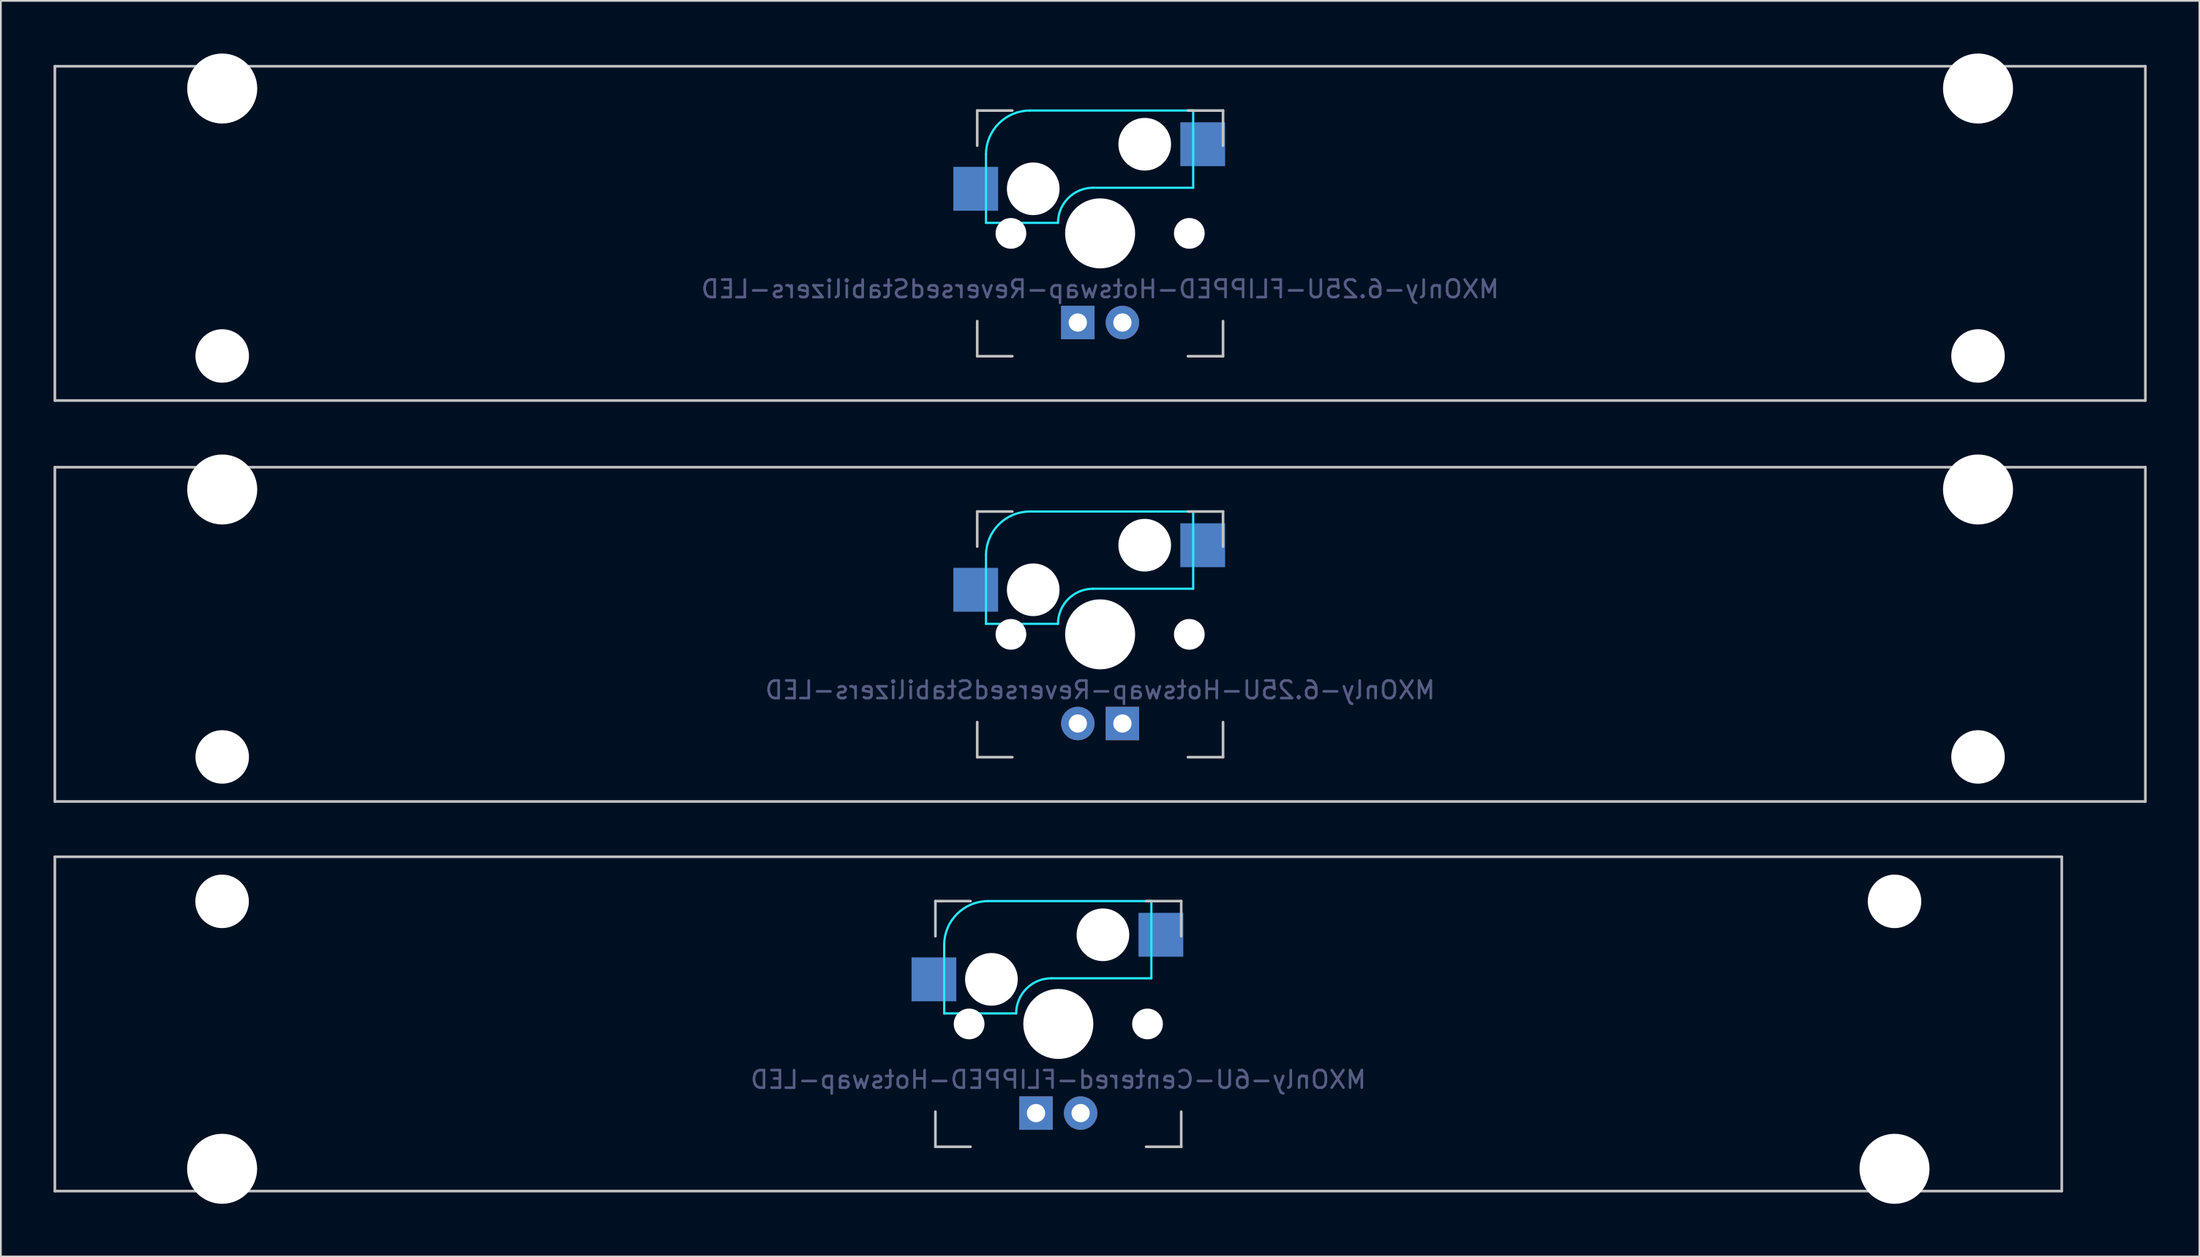
<source format=kicad_pcb>
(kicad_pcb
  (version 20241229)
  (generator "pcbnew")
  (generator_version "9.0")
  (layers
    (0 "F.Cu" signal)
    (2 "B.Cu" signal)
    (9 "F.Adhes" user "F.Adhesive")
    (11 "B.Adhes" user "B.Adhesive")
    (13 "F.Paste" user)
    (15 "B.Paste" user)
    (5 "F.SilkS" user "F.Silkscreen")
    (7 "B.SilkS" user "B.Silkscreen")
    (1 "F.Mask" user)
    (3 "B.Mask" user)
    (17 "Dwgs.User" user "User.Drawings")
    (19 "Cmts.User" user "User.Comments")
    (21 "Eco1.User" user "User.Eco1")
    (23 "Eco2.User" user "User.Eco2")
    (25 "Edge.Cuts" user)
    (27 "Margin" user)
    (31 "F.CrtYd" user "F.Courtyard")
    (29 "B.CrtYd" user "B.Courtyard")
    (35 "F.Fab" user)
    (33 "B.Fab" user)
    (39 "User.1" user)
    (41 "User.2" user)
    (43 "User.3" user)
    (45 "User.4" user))
  (footprint "MXOnly-6.25U-Hotswap-ReversedStabilizers-LED"
    (layer "F.Cu")
    (at 59.606 33.098)
    (property "Reference" "MXOnly-6.25U-Hotswap-ReversedStabilizers-LED" (at 0 3.175 0) (layer "B.Fab") (effects (font (size 1 1) (thickness 0.15)) (justify mirror)))
    (attr through_hole)
    (fp_line (start -59.531 -9.525) (end 59.531 -9.525) (stroke (width 0.15) (type solid)) (layer "Dwgs.User"))
    (fp_line (start -59.531 9.525) (end -59.531 -9.525) (stroke (width 0.15) (type solid)) (layer "Dwgs.User"))
    (fp_line (start -59.531 9.525) (end 59.531 9.525) (stroke (width 0.15) (type solid)) (layer "Dwgs.User"))
    (fp_line (start -7 -7) (end -7 -5) (stroke (width 0.15) (type solid)) (layer "Dwgs.User"))
    (fp_line (start -7 5) (end -7 7) (stroke (width 0.15) (type solid)) (layer "Dwgs.User"))
    (fp_line (start -7 7) (end -5 7) (stroke (width 0.15) (type solid)) (layer "Dwgs.User"))
    (fp_line (start -5 -7) (end -7 -7) (stroke (width 0.15) (type solid)) (layer "Dwgs.User"))
    (fp_line (start 5 -7) (end 7 -7) (stroke (width 0.15) (type solid)) (layer "Dwgs.User"))
    (fp_line (start 5 7) (end 7 7) (stroke (width 0.15) (type solid)) (layer "Dwgs.User"))
    (fp_line (start 7 -7) (end 7 -5) (stroke (width 0.15) (type solid)) (layer "Dwgs.User"))
    (fp_line (start 7 7) (end 7 5) (stroke (width 0.15) (type solid)) (layer "Dwgs.User"))
    (fp_line (start 59.531 -9.525) (end 59.531 9.525) (stroke (width 0.15) (type solid)) (layer "Dwgs.User"))
    (fp_line (start -6.5 -4.5) (end -6.5 -0.6) (stroke (width 0.127) (type solid)) (layer "B.CrtYd"))
    (fp_line (start -6.5 -0.6) (end -2.4 -0.6) (stroke (width 0.127) (type solid)) (layer "B.CrtYd"))
    (fp_line (start -0.4 -2.6) (end 5.3 -2.6) (stroke (width 0.127) (type solid)) (layer "B.CrtYd"))
    (fp_line (start 5.3 -7) (end -4 -7) (stroke (width 0.127) (type solid)) (layer "B.CrtYd"))
    (fp_line (start 5.3 -7) (end 5.3 -2.6) (stroke (width 0.127) (type solid)) (layer "B.CrtYd"))
    (fp_arc (start -6.5 -4.5) (mid -5.767767 -6.267767) (end -4 -7) (stroke (width 0.127) (type solid)) (layer "B.CrtYd"))
    (fp_arc (start -2.4 -0.6) (mid -1.814214 -2.014214) (end -0.4 -2.6) (stroke (width 0.127) (type solid)) (layer "B.CrtYd"))
    (pad "" np_thru_hole circle (at -50 -8.255 180) (size 3.988 3.988) (drill 3.988) (layers "*.Cu" "*.Mask"))
    (pad "" np_thru_hole circle (at -50 6.985 180) (size 3.048 3.048) (drill 3.048) (layers "*.Cu" "*.Mask"))
    (pad "" np_thru_hole circle (at -5.08 0 48.1) (size 1.75 1.75) (drill 1.75) (layers "*.Cu" "*.Mask"))
    (pad "" np_thru_hole circle (at -3.81 -2.54) (size 3 3) (drill 3) (layers "*.Cu" "*.Mask"))
    (pad "" np_thru_hole circle (at 0 0) (size 3.988 3.988) (drill 3.988) (layers "*.Cu" "*.Mask"))
    (pad "" np_thru_hole circle (at 2.54 -5.08) (size 3 3) (drill 3) (layers "*.Cu" "*.Mask"))
    (pad "" np_thru_hole circle (at 5.08 0 48.1) (size 1.75 1.75) (drill 1.75) (layers "*.Cu" "*.Mask"))
    (pad "" np_thru_hole circle (at 50 -8.255 180) (size 3.988 3.988) (drill 3.988) (layers "*.Cu" "*.Mask"))
    (pad "" np_thru_hole circle (at 50 6.985 180) (size 3.048 3.048) (drill 3.048) (layers "*.Cu" "*.Mask"))
    (pad "1" smd rect (at -7.085 -2.54) (size 2.55 2.5) (layers "B.Cu" "B.Mask" "B.Paste"))
    (pad "2" smd rect (at 5.842 -5.08) (size 2.55 2.5) (layers "B.Cu" "B.Mask" "B.Paste"))
    (pad "3" thru_hole circle (at -1.27 5.08) (size 1.905 1.905) (drill 1.04) (layers "*.Cu" "B.Mask"))
    (pad "4" thru_hole rect (at 1.27 5.08) (size 1.905 1.905) (drill 1.04) (layers "*.Cu" "B.Mask")))
  (footprint "MXOnly-6.25U-FLIPPED-Hotswap-ReversedStabilizers-LED"
    (layer "F.Cu")
    (at 59.606 10.249)
    (property "Reference" "MXOnly-6.25U-FLIPPED-Hotswap-ReversedStabilizers-LED" (at 0 3.175 0) (layer "B.Fab") (effects (font (size 1 1) (thickness 0.15)) (justify mirror)))
    (attr through_hole)
    (fp_line (start -59.531 -9.525) (end 59.531 -9.525) (stroke (width 0.15) (type solid)) (layer "Dwgs.User"))
    (fp_line (start -59.531 9.525) (end -59.531 -9.525) (stroke (width 0.15) (type solid)) (layer "Dwgs.User"))
    (fp_line (start -59.531 9.525) (end 59.531 9.525) (stroke (width 0.15) (type solid)) (layer "Dwgs.User"))
    (fp_line (start -7 -7) (end -7 -5) (stroke (width 0.15) (type solid)) (layer "Dwgs.User"))
    (fp_line (start -7 5) (end -7 7) (stroke (width 0.15) (type solid)) (layer "Dwgs.User"))
    (fp_line (start -7 7) (end -5 7) (stroke (width 0.15) (type solid)) (layer "Dwgs.User"))
    (fp_line (start -5 -7) (end -7 -7) (stroke (width 0.15) (type solid)) (layer "Dwgs.User"))
    (fp_line (start 5 -7) (end 7 -7) (stroke (width 0.15) (type solid)) (layer "Dwgs.User"))
    (fp_line (start 5 7) (end 7 7) (stroke (width 0.15) (type solid)) (layer "Dwgs.User"))
    (fp_line (start 7 -7) (end 7 -5) (stroke (width 0.15) (type solid)) (layer "Dwgs.User"))
    (fp_line (start 7 7) (end 7 5) (stroke (width 0.15) (type solid)) (layer "Dwgs.User"))
    (fp_line (start 59.531 -9.525) (end 59.531 9.525) (stroke (width 0.15) (type solid)) (layer "Dwgs.User"))
    (fp_line (start -6.5 -4.5) (end -6.5 -0.6) (stroke (width 0.127) (type solid)) (layer "B.CrtYd"))
    (fp_line (start -6.5 -0.6) (end -2.4 -0.6) (stroke (width 0.127) (type solid)) (layer "B.CrtYd"))
    (fp_line (start -0.4 -2.6) (end 5.3 -2.6) (stroke (width 0.127) (type solid)) (layer "B.CrtYd"))
    (fp_line (start 5.3 -7) (end -4 -7) (stroke (width 0.127) (type solid)) (layer "B.CrtYd"))
    (fp_line (start 5.3 -7) (end 5.3 -2.6) (stroke (width 0.127) (type solid)) (layer "B.CrtYd"))
    (fp_arc (start -6.5 -4.5) (mid -5.767767 -6.267767) (end -4 -7) (stroke (width 0.127) (type solid)) (layer "B.CrtYd"))
    (fp_arc (start -2.4 -0.6) (mid -1.814214 -2.014214) (end -0.4 -2.6) (stroke (width 0.127) (type solid)) (layer "B.CrtYd"))
    (pad "" np_thru_hole circle (at -50 -8.255 180) (size 3.988 3.988) (drill 3.988) (layers "*.Cu" "*.Mask"))
    (pad "" np_thru_hole circle (at -50 6.985 180) (size 3.048 3.048) (drill 3.048) (layers "*.Cu" "*.Mask"))
    (pad "" np_thru_hole circle (at -5.08 0 48.1) (size 1.75 1.75) (drill 1.75) (layers "*.Cu" "*.Mask"))
    (pad "" np_thru_hole circle (at -3.81 -2.54) (size 3 3) (drill 3) (layers "*.Cu" "*.Mask"))
    (pad "" np_thru_hole circle (at 0 0) (size 3.988 3.988) (drill 3.988) (layers "*.Cu" "*.Mask"))
    (pad "" np_thru_hole circle (at 2.54 -5.08) (size 3 3) (drill 3) (layers "*.Cu" "*.Mask"))
    (pad "" np_thru_hole circle (at 5.08 0 48.1) (size 1.75 1.75) (drill 1.75) (layers "*.Cu" "*.Mask"))
    (pad "" np_thru_hole circle (at 50 -8.255 180) (size 3.988 3.988) (drill 3.988) (layers "*.Cu" "*.Mask"))
    (pad "" np_thru_hole circle (at 50 6.985 180) (size 3.048 3.048) (drill 3.048) (layers "*.Cu" "*.Mask"))
    (pad "1" smd rect (at -7.085 -2.54) (size 2.55 2.5) (layers "B.Cu" "B.Mask" "B.Paste"))
    (pad "2" smd rect (at 5.842 -5.08) (size 2.55 2.5) (layers "B.Cu" "B.Mask" "B.Paste"))
    (pad "3" thru_hole circle (at 1.27 5.08 180) (size 1.905 1.905) (drill 1.04) (layers "*.Cu" "B.Mask"))
    (pad "4" thru_hole rect (at -1.27 5.08 180) (size 1.905 1.905) (drill 1.04) (layers "*.Cu" "B.Mask")))
  (footprint "MXOnly-6U-Centered-FLIPPED-Hotswap-LED"
    (layer "F.Cu")
    (at 57.225 55.298)
    (property "Reference" "MXOnly-6U-Centered-FLIPPED-Hotswap-LED" (at 0 3.175 0) (layer "B.Fab") (effects (font (size 1 1) (thickness 0.15)) (justify mirror)))
    (attr through_hole)
    (fp_line (start -57.15 -9.525) (end 57.15 -9.525) (stroke (width 0.15) (type solid)) (layer "Dwgs.User"))
    (fp_line (start -57.15 9.525) (end -57.15 -9.525) (stroke (width 0.15) (type solid)) (layer "Dwgs.User"))
    (fp_line (start -57.15 9.525) (end 57.15 9.525) (stroke (width 0.15) (type solid)) (layer "Dwgs.User"))
    (fp_line (start -7 -7) (end -7 -5) (stroke (width 0.15) (type solid)) (layer "Dwgs.User"))
    (fp_line (start -7 5) (end -7 7) (stroke (width 0.15) (type solid)) (layer "Dwgs.User"))
    (fp_line (start -7 7) (end -5 7) (stroke (width 0.15) (type solid)) (layer "Dwgs.User"))
    (fp_line (start -5 -7) (end -7 -7) (stroke (width 0.15) (type solid)) (layer "Dwgs.User"))
    (fp_line (start 5 -7) (end 7 -7) (stroke (width 0.15) (type solid)) (layer "Dwgs.User"))
    (fp_line (start 5 7) (end 7 7) (stroke (width 0.15) (type solid)) (layer "Dwgs.User"))
    (fp_line (start 7 -7) (end 7 -5) (stroke (width 0.15) (type solid)) (layer "Dwgs.User"))
    (fp_line (start 7 7) (end 7 5) (stroke (width 0.15) (type solid)) (layer "Dwgs.User"))
    (fp_line (start 57.15 -9.525) (end 57.15 9.525) (stroke (width 0.15) (type solid)) (layer "Dwgs.User"))
    (fp_line (start -6.5 -4.5) (end -6.5 -0.6) (stroke (width 0.127) (type solid)) (layer "B.CrtYd"))
    (fp_line (start -6.5 -0.6) (end -2.4 -0.6) (stroke (width 0.127) (type solid)) (layer "B.CrtYd"))
    (fp_line (start -0.4 -2.6) (end 5.3 -2.6) (stroke (width 0.127) (type solid)) (layer "B.CrtYd"))
    (fp_line (start 5.3 -7) (end -4 -7) (stroke (width 0.127) (type solid)) (layer "B.CrtYd"))
    (fp_line (start 5.3 -7) (end 5.3 -2.6) (stroke (width 0.127) (type solid)) (layer "B.CrtYd"))
    (fp_arc (start -6.5 -4.5) (mid -5.767767 -6.267767) (end -4 -7) (stroke (width 0.127) (type solid)) (layer "B.CrtYd"))
    (fp_arc (start -2.4 -0.6) (mid -1.814214 -2.014214) (end -0.4 -2.6) (stroke (width 0.127) (type solid)) (layer "B.CrtYd"))
    (pad "" np_thru_hole circle (at -47.625 -6.985) (size 3.048 3.048) (drill 3.048) (layers "*.Cu" "*.Mask"))
    (pad "" np_thru_hole circle (at -47.625 8.255) (size 3.988 3.988) (drill 3.988) (layers "*.Cu" "*.Mask"))
    (pad "" np_thru_hole circle (at -5.08 0 48.1) (size 1.75 1.75) (drill 1.75) (layers "*.Cu" "*.Mask"))
    (pad "" np_thru_hole circle (at -3.81 -2.54) (size 3 3) (drill 3) (layers "*.Cu" "*.Mask"))
    (pad "" np_thru_hole circle (at 0 0) (size 3.988 3.988) (drill 3.988) (layers "*.Cu" "*.Mask"))
    (pad "" np_thru_hole circle (at 2.54 -5.08) (size 3 3) (drill 3) (layers "*.Cu" "*.Mask"))
    (pad "" np_thru_hole circle (at 5.08 0 48.1) (size 1.75 1.75) (drill 1.75) (layers "*.Cu" "*.Mask"))
    (pad "" np_thru_hole circle (at 47.625 -6.985) (size 3.048 3.048) (drill 3.048) (layers "*.Cu" "*.Mask"))
    (pad "" np_thru_hole circle (at 47.625 8.255) (size 3.988 3.988) (drill 3.988) (layers "*.Cu" "*.Mask"))
    (pad "1" smd rect (at -7.085 -2.54) (size 2.55 2.5) (layers "B.Cu" "B.Mask" "B.Paste"))
    (pad "2" smd rect (at 5.842 -5.08) (size 2.55 2.5) (layers "B.Cu" "B.Mask" "B.Paste"))
    (pad "3" thru_hole circle (at 1.27 5.08) (size 1.905 1.905) (drill 1.04) (layers "*.Cu" "B.Mask"))
    (pad "4" thru_hole rect (at -1.27 5.08) (size 1.905 1.905) (drill 1.04) (layers "*.Cu" "B.Mask")))
  (gr_rect
    (start -3 -3)
    (end 122.213 68.547)
    (stroke (width 0.1) (type default))
    (fill no)
    (layer "Edge.Cuts")))
</source>
